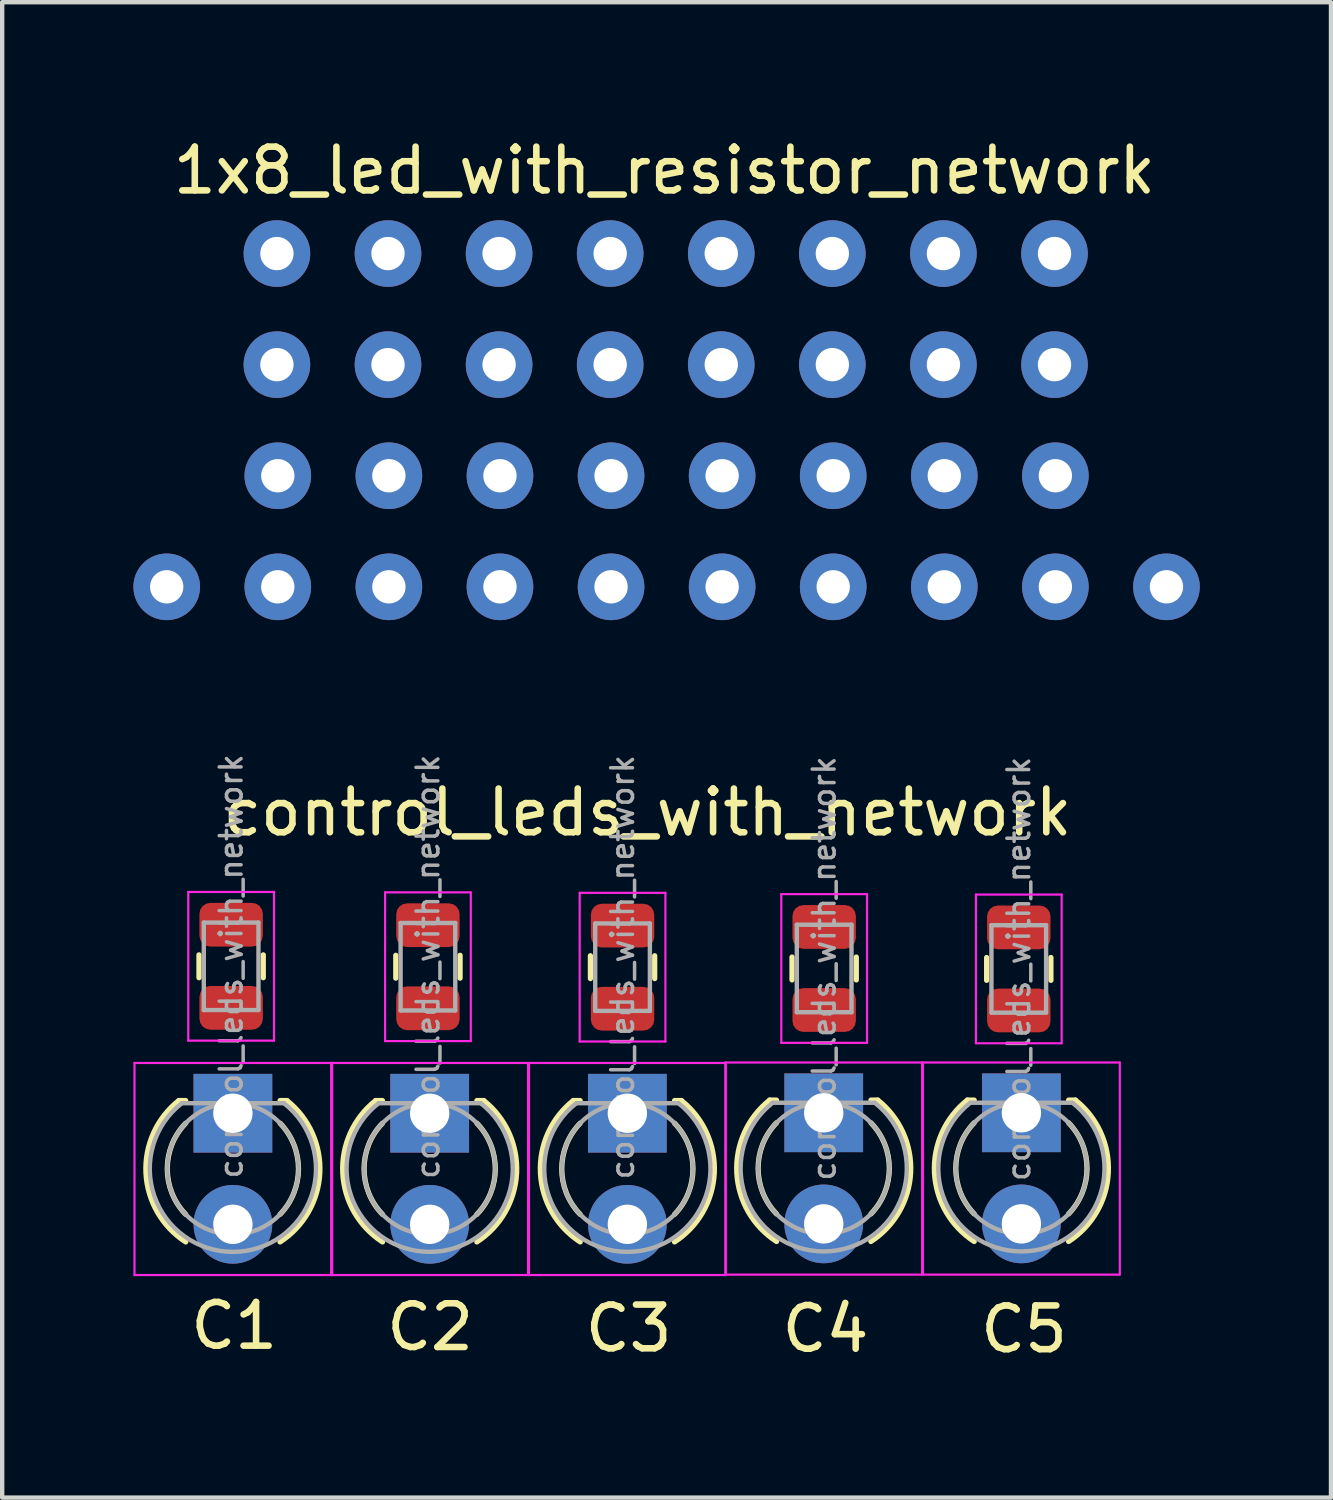
<source format=kicad_pcb>
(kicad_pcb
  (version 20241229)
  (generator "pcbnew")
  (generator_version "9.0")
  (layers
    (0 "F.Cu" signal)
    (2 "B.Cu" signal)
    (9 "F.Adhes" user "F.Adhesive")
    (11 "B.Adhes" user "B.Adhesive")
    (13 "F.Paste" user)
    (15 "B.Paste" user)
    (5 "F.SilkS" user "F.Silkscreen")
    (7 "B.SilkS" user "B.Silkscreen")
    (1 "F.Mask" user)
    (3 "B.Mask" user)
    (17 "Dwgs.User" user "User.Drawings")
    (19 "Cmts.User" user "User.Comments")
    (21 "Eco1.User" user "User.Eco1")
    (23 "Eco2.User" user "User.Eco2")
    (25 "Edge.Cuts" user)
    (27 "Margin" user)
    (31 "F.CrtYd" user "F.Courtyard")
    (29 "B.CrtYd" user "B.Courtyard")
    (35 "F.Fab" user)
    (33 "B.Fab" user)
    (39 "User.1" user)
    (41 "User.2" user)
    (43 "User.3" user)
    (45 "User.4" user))
  (footprint "control_leds_with_network"
    (layer "F.Cu")
    (at 6.925 17.495)
    (property "Reference" "control_leds_with_network" (at 4.83 -1.97 0) (layer "F.SilkS") (effects (font (size 1 1) (thickness 0.15))))
    (attr through_hole)
    (fp_line (start -5.73 4.62) (end -5.886 4.62) (stroke (width 0.12) (type solid)) (layer "F.SilkS"))
    (fp_line (start -5.425 1.811) (end -5.425 1.289) (stroke (width 0.12) (type solid)) (layer "F.SilkS"))
    (fp_line (start -3.955 1.811) (end -3.955 1.289) (stroke (width 0.12) (type solid)) (layer "F.SilkS"))
    (fp_line (start -3.414 4.62) (end -3.57 4.62) (stroke (width 0.12) (type solid)) (layer "F.SilkS"))
    (fp_line (start -1.23 4.62) (end -1.386 4.62) (stroke (width 0.12) (type solid)) (layer "F.SilkS"))
    (fp_line (start -0.925 1.821) (end -0.925 1.299) (stroke (width 0.12) (type solid)) (layer "F.SilkS"))
    (fp_line (start 0.545 1.821) (end 0.545 1.299) (stroke (width 0.12) (type solid)) (layer "F.SilkS"))
    (fp_line (start 1.086 4.62) (end 0.93 4.62) (stroke (width 0.12) (type solid)) (layer "F.SilkS"))
    (fp_line (start 3.29 4.62) (end 3.134 4.62) (stroke (width 0.12) (type solid)) (layer "F.SilkS"))
    (fp_line (start 3.525 1.831) (end 3.525 1.309) (stroke (width 0.12) (type solid)) (layer "F.SilkS"))
    (fp_line (start 4.995 1.831) (end 4.995 1.309) (stroke (width 0.12) (type solid)) (layer "F.SilkS"))
    (fp_line (start 5.606 4.62) (end 5.45 4.62) (stroke (width 0.12) (type solid)) (layer "F.SilkS"))
    (fp_line (start 7.78 4.61) (end 7.624 4.61) (stroke (width 0.12) (type solid)) (layer "F.SilkS"))
    (fp_line (start 8.135 1.861) (end 8.135 1.339) (stroke (width 0.12) (type solid)) (layer "F.SilkS"))
    (fp_line (start 9.605 1.861) (end 9.605 1.339) (stroke (width 0.12) (type solid)) (layer "F.SilkS"))
    (fp_line (start 10.096 4.61) (end 9.94 4.61) (stroke (width 0.12) (type solid)) (layer "F.SilkS"))
    (fp_line (start 12.3 4.61) (end 12.144 4.61) (stroke (width 0.12) (type solid)) (layer "F.SilkS"))
    (fp_line (start 12.585 1.871) (end 12.585 1.349) (stroke (width 0.12) (type solid)) (layer "F.SilkS"))
    (fp_line (start 14.055 1.871) (end 14.055 1.349) (stroke (width 0.12) (type solid)) (layer "F.SilkS"))
    (fp_line (start 14.616 4.61) (end 14.46 4.61) (stroke (width 0.12) (type solid)) (layer "F.SilkS"))
    (fp_arc (start -5.729837 7.22113) (mid -6.15 6.180117) (end -5.73 5.139039) (stroke (width 0.12) (type solid)) (layer "F.SilkS"))
    (fp_arc (start -5.728608 7.852335) (mid -6.637659 6.276487) (end -5.885516 4.62) (stroke (width 0.12) (type solid)) (layer "F.SilkS"))
    (fp_arc (start -3.57 5.139039) (mid -3.15 6.180117) (end -3.570163 7.22113) (stroke (width 0.12) (type solid)) (layer "F.SilkS"))
    (fp_arc (start -3.414484 4.62) (mid -2.662341 6.276487) (end -3.571392 7.852335) (stroke (width 0.12) (type solid)) (layer "F.SilkS"))
    (fp_arc (start -1.229837 7.22113) (mid -1.65 6.180117) (end -1.23 5.139039) (stroke (width 0.12) (type solid)) (layer "F.SilkS"))
    (fp_arc (start -1.228608 7.852335) (mid -2.137659 6.276487) (end -1.385516 4.62) (stroke (width 0.12) (type solid)) (layer "F.SilkS"))
    (fp_arc (start 0.93 5.139039) (mid 1.35 6.180117) (end 0.929837 7.22113) (stroke (width 0.12) (type solid)) (layer "F.SilkS"))
    (fp_arc (start 1.085516 4.62) (mid 1.837659 6.276487) (end 0.928608 7.852335) (stroke (width 0.12) (type solid)) (layer "F.SilkS"))
    (fp_arc (start 3.290163 7.22113) (mid 2.87 6.180117) (end 3.29 5.139039) (stroke (width 0.12) (type solid)) (layer "F.SilkS"))
    (fp_arc (start 3.291392 7.852335) (mid 2.382341 6.276487) (end 3.134484 4.62) (stroke (width 0.12) (type solid)) (layer "F.SilkS"))
    (fp_arc (start 5.45 5.139039) (mid 5.87 6.180117) (end 5.449837 7.22113) (stroke (width 0.12) (type solid)) (layer "F.SilkS"))
    (fp_arc (start 5.605516 4.62) (mid 6.357659 6.276487) (end 5.448608 7.852335) (stroke (width 0.12) (type solid)) (layer "F.SilkS"))
    (fp_arc (start 7.780163 7.21113) (mid 7.36 6.170117) (end 7.78 5.129039) (stroke (width 0.12) (type solid)) (layer "F.SilkS"))
    (fp_arc (start 7.781392 7.842335) (mid 6.872341 6.266487) (end 7.624484 4.61) (stroke (width 0.12) (type solid)) (layer "F.SilkS"))
    (fp_arc (start 9.94 5.129039) (mid 10.36 6.170117) (end 9.939837 7.21113) (stroke (width 0.12) (type solid)) (layer "F.SilkS"))
    (fp_arc (start 10.095516 4.61) (mid 10.847659 6.266487) (end 9.938608 7.842335) (stroke (width 0.12) (type solid)) (layer "F.SilkS"))
    (fp_arc (start 12.300163 7.21113) (mid 11.88 6.170117) (end 12.3 5.129039) (stroke (width 0.12) (type solid)) (layer "F.SilkS"))
    (fp_arc (start 12.301392 7.842335) (mid 11.392341 6.266487) (end 12.144484 4.61) (stroke (width 0.12) (type solid)) (layer "F.SilkS"))
    (fp_arc (start 14.46 5.129039) (mid 14.88 6.170117) (end 14.459837 7.21113) (stroke (width 0.12) (type solid)) (layer "F.SilkS"))
    (fp_arc (start 14.615516 4.61) (mid 15.367659 6.266487) (end 14.458608 7.842335) (stroke (width 0.12) (type solid)) (layer "F.SilkS"))
    (fp_line (start -6.9 3.76) (end -6.9 8.61) (stroke (width 0.05) (type solid)) (layer "F.CrtYd"))
    (fp_line (start -6.9 8.61) (end -2.4 8.61) (stroke (width 0.05) (type solid)) (layer "F.CrtYd"))
    (fp_line (start -5.67 -0.15) (end -3.71 -0.15) (stroke (width 0.05) (type solid)) (layer "F.CrtYd"))
    (fp_line (start -5.67 3.25) (end -5.67 -0.15) (stroke (width 0.05) (type solid)) (layer "F.CrtYd"))
    (fp_line (start -3.71 -0.15) (end -3.71 3.25) (stroke (width 0.05) (type solid)) (layer "F.CrtYd"))
    (fp_line (start -3.71 3.25) (end -5.67 3.25) (stroke (width 0.05) (type solid)) (layer "F.CrtYd"))
    (fp_line (start -2.4 3.76) (end -6.9 3.76) (stroke (width 0.05) (type solid)) (layer "F.CrtYd"))
    (fp_line (start -2.4 3.76) (end -2.4 8.61) (stroke (width 0.05) (type solid)) (layer "F.CrtYd"))
    (fp_line (start -2.4 8.61) (end -2.4 3.76) (stroke (width 0.05) (type solid)) (layer "F.CrtYd"))
    (fp_line (start -2.4 8.61) (end 2.1 8.61) (stroke (width 0.05) (type solid)) (layer "F.CrtYd"))
    (fp_line (start -2.38 3.76) (end -2.38 8.61) (stroke (width 0.05) (type solid)) (layer "F.CrtYd"))
    (fp_line (start -1.17 -0.14) (end 0.79 -0.14) (stroke (width 0.05) (type solid)) (layer "F.CrtYd"))
    (fp_line (start -1.17 3.26) (end -1.17 -0.14) (stroke (width 0.05) (type solid)) (layer "F.CrtYd"))
    (fp_line (start 0.79 -0.14) (end 0.79 3.26) (stroke (width 0.05) (type solid)) (layer "F.CrtYd"))
    (fp_line (start 0.79 3.26) (end -1.17 3.26) (stroke (width 0.05) (type solid)) (layer "F.CrtYd"))
    (fp_line (start 2.1 3.76) (end -2.4 3.76) (stroke (width 0.05) (type solid)) (layer "F.CrtYd"))
    (fp_line (start 2.1 8.61) (end 2.1 3.76) (stroke (width 0.05) (type solid)) (layer "F.CrtYd"))
    (fp_line (start 2.12 3.76) (end 2.12 8.61) (stroke (width 0.05) (type solid)) (layer "F.CrtYd"))
    (fp_line (start 2.12 8.61) (end 6.62 8.61) (stroke (width 0.05) (type solid)) (layer "F.CrtYd"))
    (fp_line (start 3.28 -0.13) (end 5.24 -0.13) (stroke (width 0.05) (type solid)) (layer "F.CrtYd"))
    (fp_line (start 3.28 3.27) (end 3.28 -0.13) (stroke (width 0.05) (type solid)) (layer "F.CrtYd"))
    (fp_line (start 5.24 -0.13) (end 5.24 3.27) (stroke (width 0.05) (type solid)) (layer "F.CrtYd"))
    (fp_line (start 5.24 3.27) (end 3.28 3.27) (stroke (width 0.05) (type solid)) (layer "F.CrtYd"))
    (fp_line (start 6.61 3.75) (end 6.61 8.6) (stroke (width 0.05) (type solid)) (layer "F.CrtYd"))
    (fp_line (start 6.61 8.6) (end 11.11 8.6) (stroke (width 0.05) (type solid)) (layer "F.CrtYd"))
    (fp_line (start 6.62 3.76) (end 2.12 3.76) (stroke (width 0.05) (type solid)) (layer "F.CrtYd"))
    (fp_line (start 6.62 8.61) (end 6.62 3.76) (stroke (width 0.05) (type solid)) (layer "F.CrtYd"))
    (fp_line (start 7.89 -0.1) (end 9.85 -0.1) (stroke (width 0.05) (type solid)) (layer "F.CrtYd"))
    (fp_line (start 7.89 3.3) (end 7.89 -0.1) (stroke (width 0.05) (type solid)) (layer "F.CrtYd"))
    (fp_line (start 9.85 -0.1) (end 9.85 3.3) (stroke (width 0.05) (type solid)) (layer "F.CrtYd"))
    (fp_line (start 9.85 3.3) (end 7.89 3.3) (stroke (width 0.05) (type solid)) (layer "F.CrtYd"))
    (fp_line (start 11.11 3.75) (end 6.61 3.75) (stroke (width 0.05) (type solid)) (layer "F.CrtYd"))
    (fp_line (start 11.11 8.6) (end 11.11 3.75) (stroke (width 0.05) (type solid)) (layer "F.CrtYd"))
    (fp_line (start 11.13 3.75) (end 11.13 8.6) (stroke (width 0.05) (type solid)) (layer "F.CrtYd"))
    (fp_line (start 11.13 8.6) (end 15.63 8.6) (stroke (width 0.05) (type solid)) (layer "F.CrtYd"))
    (fp_line (start 12.34 -0.09) (end 14.3 -0.09) (stroke (width 0.05) (type solid)) (layer "F.CrtYd"))
    (fp_line (start 12.34 3.31) (end 12.34 -0.09) (stroke (width 0.05) (type solid)) (layer "F.CrtYd"))
    (fp_line (start 14.3 -0.09) (end 14.3 3.31) (stroke (width 0.05) (type solid)) (layer "F.CrtYd"))
    (fp_line (start 14.3 3.31) (end 12.34 3.31) (stroke (width 0.05) (type solid)) (layer "F.CrtYd"))
    (fp_line (start 15.63 3.75) (end 11.13 3.75) (stroke (width 0.05) (type solid)) (layer "F.CrtYd"))
    (fp_line (start 15.63 8.6) (end 15.63 3.75) (stroke (width 0.05) (type solid)) (layer "F.CrtYd"))
    (fp_line (start -5.315 0.55) (end -4.065 0.55) (stroke (width 0.1) (type solid)) (layer "F.Fab"))
    (fp_line (start -5.315 2.55) (end -5.315 0.55) (stroke (width 0.1) (type solid)) (layer "F.Fab"))
    (fp_line (start -4.065 0.55) (end -4.065 2.55) (stroke (width 0.1) (type solid)) (layer "F.Fab"))
    (fp_line (start -4.065 2.55) (end -5.315 2.55) (stroke (width 0.1) (type solid)) (layer "F.Fab"))
    (fp_line (start -3.484 4.68) (end -5.816 4.68) (stroke (width 0.1) (type solid)) (layer "F.Fab"))
    (fp_line (start -0.815 0.56) (end 0.435 0.56) (stroke (width 0.1) (type solid)) (layer "F.Fab"))
    (fp_line (start -0.815 2.56) (end -0.815 0.56) (stroke (width 0.1) (type solid)) (layer "F.Fab"))
    (fp_line (start 0.435 0.56) (end 0.435 2.56) (stroke (width 0.1) (type solid)) (layer "F.Fab"))
    (fp_line (start 0.435 2.56) (end -0.815 2.56) (stroke (width 0.1) (type solid)) (layer "F.Fab"))
    (fp_line (start 1.016 4.68) (end -1.316 4.68) (stroke (width 0.1) (type solid)) (layer "F.Fab"))
    (fp_line (start 3.635 0.57) (end 4.885 0.57) (stroke (width 0.1) (type solid)) (layer "F.Fab"))
    (fp_line (start 3.635 2.57) (end 3.635 0.57) (stroke (width 0.1) (type solid)) (layer "F.Fab"))
    (fp_line (start 4.885 0.57) (end 4.885 2.57) (stroke (width 0.1) (type solid)) (layer "F.Fab"))
    (fp_line (start 4.885 2.57) (end 3.635 2.57) (stroke (width 0.1) (type solid)) (layer "F.Fab"))
    (fp_line (start 5.536 4.68) (end 3.204 4.68) (stroke (width 0.1) (type solid)) (layer "F.Fab"))
    (fp_line (start 8.245 0.6) (end 9.495 0.6) (stroke (width 0.1) (type solid)) (layer "F.Fab"))
    (fp_line (start 8.245 2.6) (end 8.245 0.6) (stroke (width 0.1) (type solid)) (layer "F.Fab"))
    (fp_line (start 9.495 0.6) (end 9.495 2.6) (stroke (width 0.1) (type solid)) (layer "F.Fab"))
    (fp_line (start 9.495 2.6) (end 8.245 2.6) (stroke (width 0.1) (type solid)) (layer "F.Fab"))
    (fp_line (start 10.026 4.67) (end 7.694 4.67) (stroke (width 0.1) (type solid)) (layer "F.Fab"))
    (fp_line (start 12.695 0.61) (end 13.945 0.61) (stroke (width 0.1) (type solid)) (layer "F.Fab"))
    (fp_line (start 12.695 2.61) (end 12.695 0.61) (stroke (width 0.1) (type solid)) (layer "F.Fab"))
    (fp_line (start 13.945 0.61) (end 13.945 2.61) (stroke (width 0.1) (type solid)) (layer "F.Fab"))
    (fp_line (start 13.945 2.61) (end 12.695 2.61) (stroke (width 0.1) (type solid)) (layer "F.Fab"))
    (fp_line (start 14.546 4.67) (end 12.214 4.67) (stroke (width 0.1) (type solid)) (layer "F.Fab"))
    (fp_arc (start -3.48381 4.68) (mid -4.650452 8.08) (end -5.815476 4.679445) (stroke (width 0.1) (type solid)) (layer "F.Fab"))
    (fp_arc (start 1.01619 4.68) (mid -0.150452 8.08) (end -1.315476 4.679445) (stroke (width 0.1) (type solid)) (layer "F.Fab"))
    (fp_arc (start 5.53619 4.68) (mid 4.369548 8.08) (end 3.204524 4.679445) (stroke (width 0.1) (type solid)) (layer "F.Fab"))
    (fp_arc (start 10.02619 4.67) (mid 8.859548 8.07) (end 7.694524 4.669445) (stroke (width 0.1) (type solid)) (layer "F.Fab"))
    (fp_arc (start 14.54619 4.67) (mid 13.379548 8.07) (end 12.214524 4.669445) (stroke (width 0.1) (type solid)) (layer "F.Fab"))
    (fp_circle (center -4.65 6.18) (end -4.65 7.68) (stroke (width 0.1) (type solid)) (fill no) (layer "F.Fab"))
    (fp_circle (center -0.15 6.18) (end -0.15 7.68) (stroke (width 0.1) (type solid)) (fill no) (layer "F.Fab"))
    (fp_circle (center 4.37 6.18) (end 4.37 7.68) (stroke (width 0.1) (type solid)) (fill no) (layer "F.Fab"))
    (fp_circle (center 8.86 6.17) (end 8.86 7.67) (stroke (width 0.1) (type solid)) (fill no) (layer "F.Fab"))
    (fp_circle (center 13.38 6.17) (end 13.38 7.67) (stroke (width 0.1) (type solid)) (fill no) (layer "F.Fab"))
    (fp_text user "C4" (at 8.9 9.84 0) (layer "F.SilkS") (effects (font (size 1 1) (thickness 0.15))))
    (fp_text user "C2" (at -0.14 9.8 0) (layer "F.SilkS") (effects (font (size 1 1) (thickness 0.15))))
    (fp_text user "C1" (at -4.62 9.77 0) (layer "F.SilkS") (effects (font (size 1 1) (thickness 0.15))))
    (fp_text user "C3" (at 4.4 9.83 0) (layer "F.SilkS") (effects (font (size 1 1) (thickness 0.15))))
    (fp_text user "C5" (at 13.44 9.85 0) (layer "F.SilkS") (effects (font (size 1 1) (thickness 0.15))))
    (fp_text user "${REFERENCE}" (at -0.19 1.56 90) (layer "F.Fab") (effects (font (size 0.5 0.5) (thickness 0.08))))
    (fp_text user "${REFERENCE}" (at 8.87 1.6 90) (layer "F.Fab") (effects (font (size 0.5 0.5) (thickness 0.08))))
    (fp_text user "${REFERENCE}" (at 4.26 1.57 90) (layer "F.Fab") (effects (font (size 0.5 0.5) (thickness 0.08))))
    (fp_text user "${REFERENCE}" (at -4.69 1.55 90) (layer "F.Fab") (effects (font (size 0.5 0.5) (thickness 0.08))))
    (fp_text user "${REFERENCE}" (at 13.32 1.61 90) (layer "F.Fab") (effects (font (size 0.5 0.5) (thickness 0.08))))
    (pad "1" smd roundrect (at -4.69 2.5 90) (size 1 1.45) (layers "F.Cu" "F.Mask" "F.Paste") (roundrect_rratio 0.25))
    (pad "1" thru_hole rect (at -4.65 4.91 270) (size 1.8 1.8) (drill 0.9) (layers "*.Cu" "*.Mask"))
    (pad "1" smd roundrect (at -0.19 2.51 90) (size 1 1.45) (layers "F.Cu" "F.Mask" "F.Paste") (roundrect_rratio 0.25))
    (pad "1" thru_hole rect (at -0.15 4.91 270) (size 1.8 1.8) (drill 0.9) (layers "*.Cu" "*.Mask"))
    (pad "1" smd roundrect (at 4.26 2.52 90) (size 1 1.45) (layers "F.Cu" "F.Mask" "F.Paste") (roundrect_rratio 0.25))
    (pad "1" thru_hole rect (at 4.37 4.91 270) (size 1.8 1.8) (drill 0.9) (layers "*.Cu" "*.Mask"))
    (pad "1" thru_hole rect (at 8.86 4.9 270) (size 1.8 1.8) (drill 0.9) (layers "*.Cu" "*.Mask"))
    (pad "1" smd roundrect (at 8.87 2.55 90) (size 1 1.45) (layers "F.Cu" "F.Mask" "F.Paste") (roundrect_rratio 0.25))
    (pad "1" smd roundrect (at 13.32 2.56 90) (size 1 1.45) (layers "F.Cu" "F.Mask" "F.Paste") (roundrect_rratio 0.25))
    (pad "1" thru_hole rect (at 13.38 4.9 270) (size 1.8 1.8) (drill 0.9) (layers "*.Cu" "*.Mask"))
    (pad "2" smd roundrect (at -4.69 0.6 90) (size 1 1.45) (layers "F.Cu" "F.Mask" "F.Paste") (roundrect_rratio 0.25))
    (pad "2" thru_hole circle (at -4.65 7.45 270) (size 1.8 1.8) (drill 0.9) (layers "*.Cu" "*.Mask"))
    (pad "2" smd roundrect (at -0.19 0.61 90) (size 1 1.45) (layers "F.Cu" "F.Mask" "F.Paste") (roundrect_rratio 0.25))
    (pad "2" thru_hole circle (at -0.15 7.45 270) (size 1.8 1.8) (drill 0.9) (layers "*.Cu" "*.Mask"))
    (pad "2" smd roundrect (at 4.26 0.62 90) (size 1 1.45) (layers "F.Cu" "F.Mask" "F.Paste") (roundrect_rratio 0.25))
    (pad "2" thru_hole circle (at 4.37 7.45 270) (size 1.8 1.8) (drill 0.9) (layers "*.Cu" "*.Mask"))
    (pad "2" thru_hole circle (at 8.86 7.44 270) (size 1.8 1.8) (drill 0.9) (layers "*.Cu" "*.Mask"))
    (pad "2" smd roundrect (at 8.87 0.65 90) (size 1 1.45) (layers "F.Cu" "F.Mask" "F.Paste") (roundrect_rratio 0.25))
    (pad "2" smd roundrect (at 13.32 0.66 90) (size 1 1.45) (layers "F.Cu" "F.Mask" "F.Paste") (roundrect_rratio 0.25))
    (pad "2" thru_hole circle (at 13.38 7.44 270) (size 1.8 1.8) (drill 0.9) (layers "*.Cu" "*.Mask")))
  (footprint "1x8_led_with_resistor_network"
    (layer "F.Cu")
    (at 12.142 0.348)
    (property "Reference" "1x8_led_with_resistor_network" (at 0 0.5 0) (layer "F.SilkS") (effects (font (size 1 1) (thickness 0.15))))
    (attr through_hole)
    (pad "1" thru_hole circle (at -8.86 2.4) (size 1.524 1.524) (drill 0.762) (layers "*.Cu" "*.Mask"))
    (pad "1" thru_hole circle (at -6.3 7.48) (size 1.524 1.524) (drill 0.762) (layers "*.Cu" "*.Mask"))
    (pad "1" thru_hole circle (at 1.3 4.94) (size 1.524 1.524) (drill 0.762) (layers "*.Cu" "*.Mask"))
    (pad "2" thru_hole circle (at -6.3 10.02) (size 1.524 1.524) (drill 0.762) (layers "*.Cu" "*.Mask"))
    (pad "3" thru_hole circle (at -8.86 4.94) (size 1.524 1.524) (drill 0.762) (layers "*.Cu" "*.Mask"))
    (pad "3" thru_hole circle (at 8.92 2.4) (size 1.524 1.524) (drill 0.762) (layers "*.Cu" "*.Mask"))
    (pad "3" thru_hole circle (at 8.94 7.48) (size 1.524 1.524) (drill 0.762) (layers "*.Cu" "*.Mask"))
    (pad "4" thru_hole circle (at 8.94 10.02) (size 1.524 1.524) (drill 0.762) (layers "*.Cu" "*.Mask"))
    (pad "5" thru_hole circle (at -6.32 4.94) (size 1.524 1.524) (drill 0.762) (layers "*.Cu" "*.Mask"))
    (pad "5" thru_hole circle (at 1.3 2.4) (size 1.524 1.524) (drill 0.762) (layers "*.Cu" "*.Mask"))
    (pad "6" thru_hole circle (at 11.48 10.02) (size 1.524 1.524) (drill 0.762) (layers "*.Cu" "*.Mask"))
    (pad "7" thru_hole circle (at -6.32 2.4) (size 1.524 1.524) (drill 0.762) (layers "*.Cu" "*.Mask"))
    (pad "7" thru_hole circle (at -1.22 7.48) (size 1.524 1.524) (drill 0.762) (layers "*.Cu" "*.Mask"))
    (pad "7" thru_hole circle (at 3.84 4.94) (size 1.524 1.524) (drill 0.762) (layers "*.Cu" "*.Mask"))
    (pad "8" thru_hole circle (at -1.22 10.02) (size 1.524 1.524) (drill 0.762) (layers "*.Cu" "*.Mask"))
    (pad "9" thru_hole circle (at 3.84 2.4) (size 1.524 1.524) (drill 0.762) (layers "*.Cu" "*.Mask"))
    (pad "9" thru_hole circle (at 8.92 4.94) (size 1.524 1.524) (drill 0.762) (layers "*.Cu" "*.Mask"))
    (pad "10" thru_hole circle (at -11.38 10.02) (size 1.524 1.524) (drill 0.762) (layers "*.Cu" "*.Mask"))
    (pad "11" thru_hole circle (at -8.84 7.48) (size 1.524 1.524) (drill 0.762) (layers "*.Cu" "*.Mask"))
    (pad "11" thru_hole circle (at 6.38 2.4) (size 1.524 1.524) (drill 0.762) (layers "*.Cu" "*.Mask"))
    (pad "11" thru_hole circle (at 6.38 4.94) (size 1.524 1.524) (drill 0.762) (layers "*.Cu" "*.Mask"))
    (pad "12" thru_hole circle (at -8.84 10.02) (size 1.524 1.524) (drill 0.762) (layers "*.Cu" "*.Mask"))
    (pad "13" thru_hole circle (at -3.78 2.4) (size 1.524 1.524) (drill 0.762) (layers "*.Cu" "*.Mask"))
    (pad "13" thru_hole circle (at -1.24 4.94) (size 1.524 1.524) (drill 0.762) (layers "*.Cu" "*.Mask"))
    (pad "13" thru_hole circle (at 1.32 7.48) (size 1.524 1.524) (drill 0.762) (layers "*.Cu" "*.Mask"))
    (pad "14" thru_hole circle (at 1.32 10.02) (size 1.524 1.524) (drill 0.762) (layers "*.Cu" "*.Mask"))
    (pad "15" thru_hole circle (at -3.78 4.94) (size 1.524 1.524) (drill 0.762) (layers "*.Cu" "*.Mask"))
    (pad "15" thru_hole circle (at -1.24 2.4) (size 1.524 1.524) (drill 0.762) (layers "*.Cu" "*.Mask"))
    (pad "15" thru_hole circle (at 6.4 7.48) (size 1.524 1.524) (drill 0.762) (layers "*.Cu" "*.Mask"))
    (pad "16" thru_hole circle (at 6.4 10.02) (size 1.524 1.524) (drill 0.762) (layers "*.Cu" "*.Mask"))
    (pad "17" thru_hole circle (at 3.86 7.48) (size 1.524 1.524) (drill 0.762) (layers "*.Cu" "*.Mask"))
    (pad "18" thru_hole circle (at 3.86 10.02) (size 1.524 1.524) (drill 0.762) (layers "*.Cu" "*.Mask"))
    (pad "19" thru_hole circle (at -3.76 7.48) (size 1.524 1.524) (drill 0.762) (layers "*.Cu" "*.Mask"))
    (pad "20" thru_hole circle (at -3.76 10.02) (size 1.524 1.524) (drill 0.762) (layers "*.Cu" "*.Mask")))
  (gr_rect
    (start -3 -3)
    (end 27.384 31.194)
    (stroke (width 0.1) (type default))
    (fill no)
    (layer "Edge.Cuts")))
</source>
